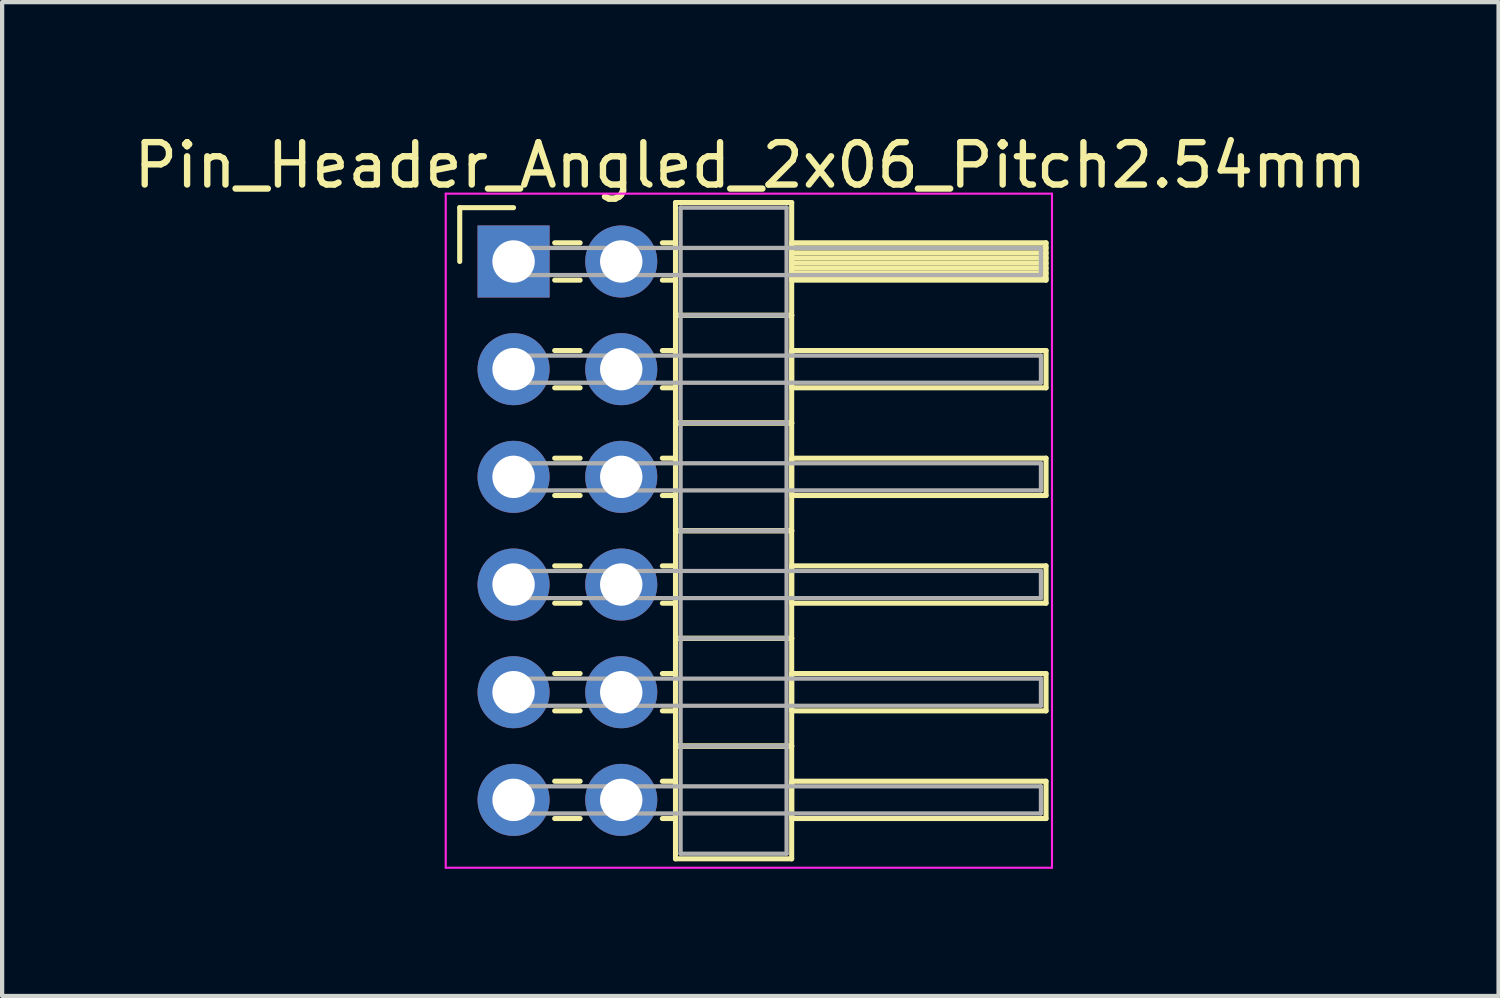
<source format=kicad_pcb>
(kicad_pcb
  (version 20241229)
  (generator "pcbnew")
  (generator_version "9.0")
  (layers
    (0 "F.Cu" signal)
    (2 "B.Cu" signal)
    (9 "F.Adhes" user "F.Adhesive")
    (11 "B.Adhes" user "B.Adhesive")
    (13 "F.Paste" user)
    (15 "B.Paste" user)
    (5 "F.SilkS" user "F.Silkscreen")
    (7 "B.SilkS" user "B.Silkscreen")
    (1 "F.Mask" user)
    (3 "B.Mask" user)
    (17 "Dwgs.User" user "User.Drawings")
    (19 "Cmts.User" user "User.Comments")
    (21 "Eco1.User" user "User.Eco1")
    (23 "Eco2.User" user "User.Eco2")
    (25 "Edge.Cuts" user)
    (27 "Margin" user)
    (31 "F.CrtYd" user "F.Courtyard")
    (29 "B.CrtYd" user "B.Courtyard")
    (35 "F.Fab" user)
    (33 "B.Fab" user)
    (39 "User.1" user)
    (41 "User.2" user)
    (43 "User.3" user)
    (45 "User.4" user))
  (footprint "Pin_Header_Angled_2x06_Pitch2.54mm"
    (layer "F.Cu")
    (at 9.064 3.118)
    (property "Reference" "Pin_Header_Angled_2x06_Pitch2.54mm" (at 5.585 -2.27 0) (layer "F.SilkS") (effects (font (size 1 1) (thickness 0.15))))
    (attr through_hole)
    (fp_line (start -1.27 -1.27) (end 0 -1.27) (stroke (width 0.12) (type solid)) (layer "F.SilkS"))
    (fp_line (start -1.27 0) (end -1.27 -1.27) (stroke (width 0.12) (type solid)) (layer "F.SilkS"))
    (fp_line (start 0.97 -0.44) (end 1.57 -0.44) (stroke (width 0.12) (type solid)) (layer "F.SilkS"))
    (fp_line (start 0.97 0.44) (end 1.57 0.44) (stroke (width 0.12) (type solid)) (layer "F.SilkS"))
    (fp_line (start 0.97 2.1) (end 1.57 2.1) (stroke (width 0.12) (type solid)) (layer "F.SilkS"))
    (fp_line (start 0.97 2.98) (end 1.57 2.98) (stroke (width 0.12) (type solid)) (layer "F.SilkS"))
    (fp_line (start 0.97 4.64) (end 1.57 4.64) (stroke (width 0.12) (type solid)) (layer "F.SilkS"))
    (fp_line (start 0.97 5.52) (end 1.57 5.52) (stroke (width 0.12) (type solid)) (layer "F.SilkS"))
    (fp_line (start 0.97 7.18) (end 1.57 7.18) (stroke (width 0.12) (type solid)) (layer "F.SilkS"))
    (fp_line (start 0.97 8.06) (end 1.57 8.06) (stroke (width 0.12) (type solid)) (layer "F.SilkS"))
    (fp_line (start 0.97 9.72) (end 1.57 9.72) (stroke (width 0.12) (type solid)) (layer "F.SilkS"))
    (fp_line (start 0.97 10.6) (end 1.57 10.6) (stroke (width 0.12) (type solid)) (layer "F.SilkS"))
    (fp_line (start 0.97 12.26) (end 1.57 12.26) (stroke (width 0.12) (type solid)) (layer "F.SilkS"))
    (fp_line (start 0.97 13.14) (end 1.57 13.14) (stroke (width 0.12) (type solid)) (layer "F.SilkS"))
    (fp_line (start 3.51 -0.44) (end 3.82 -0.44) (stroke (width 0.12) (type solid)) (layer "F.SilkS"))
    (fp_line (start 3.51 0.44) (end 3.82 0.44) (stroke (width 0.12) (type solid)) (layer "F.SilkS"))
    (fp_line (start 3.51 2.1) (end 3.82 2.1) (stroke (width 0.12) (type solid)) (layer "F.SilkS"))
    (fp_line (start 3.51 2.98) (end 3.82 2.98) (stroke (width 0.12) (type solid)) (layer "F.SilkS"))
    (fp_line (start 3.51 4.64) (end 3.82 4.64) (stroke (width 0.12) (type solid)) (layer "F.SilkS"))
    (fp_line (start 3.51 5.52) (end 3.82 5.52) (stroke (width 0.12) (type solid)) (layer "F.SilkS"))
    (fp_line (start 3.51 7.18) (end 3.82 7.18) (stroke (width 0.12) (type solid)) (layer "F.SilkS"))
    (fp_line (start 3.51 8.06) (end 3.82 8.06) (stroke (width 0.12) (type solid)) (layer "F.SilkS"))
    (fp_line (start 3.51 9.72) (end 3.82 9.72) (stroke (width 0.12) (type solid)) (layer "F.SilkS"))
    (fp_line (start 3.51 10.6) (end 3.82 10.6) (stroke (width 0.12) (type solid)) (layer "F.SilkS"))
    (fp_line (start 3.51 12.26) (end 3.82 12.26) (stroke (width 0.12) (type solid)) (layer "F.SilkS"))
    (fp_line (start 3.51 13.14) (end 3.82 13.14) (stroke (width 0.12) (type solid)) (layer "F.SilkS"))
    (fp_line (start 3.82 -1.39) (end 3.82 1.27) (stroke (width 0.12) (type solid)) (layer "F.SilkS"))
    (fp_line (start 3.82 1.27) (end 3.82 3.81) (stroke (width 0.12) (type solid)) (layer "F.SilkS"))
    (fp_line (start 3.82 1.27) (end 6.56 1.27) (stroke (width 0.12) (type solid)) (layer "F.SilkS"))
    (fp_line (start 3.82 3.81) (end 3.82 6.35) (stroke (width 0.12) (type solid)) (layer "F.SilkS"))
    (fp_line (start 3.82 3.81) (end 6.56 3.81) (stroke (width 0.12) (type solid)) (layer "F.SilkS"))
    (fp_line (start 3.82 6.35) (end 3.82 8.89) (stroke (width 0.12) (type solid)) (layer "F.SilkS"))
    (fp_line (start 3.82 6.35) (end 6.56 6.35) (stroke (width 0.12) (type solid)) (layer "F.SilkS"))
    (fp_line (start 3.82 8.89) (end 3.82 11.43) (stroke (width 0.12) (type solid)) (layer "F.SilkS"))
    (fp_line (start 3.82 8.89) (end 6.56 8.89) (stroke (width 0.12) (type solid)) (layer "F.SilkS"))
    (fp_line (start 3.82 11.43) (end 3.82 14.09) (stroke (width 0.12) (type solid)) (layer "F.SilkS"))
    (fp_line (start 3.82 11.43) (end 6.56 11.43) (stroke (width 0.12) (type solid)) (layer "F.SilkS"))
    (fp_line (start 3.82 14.09) (end 6.56 14.09) (stroke (width 0.12) (type solid)) (layer "F.SilkS"))
    (fp_line (start 6.56 -1.39) (end 3.82 -1.39) (stroke (width 0.12) (type solid)) (layer "F.SilkS"))
    (fp_line (start 6.56 -0.44) (end 6.56 0.44) (stroke (width 0.12) (type solid)) (layer "F.SilkS"))
    (fp_line (start 6.56 -0.32) (end 12.56 -0.32) (stroke (width 0.12) (type solid)) (layer "F.SilkS"))
    (fp_line (start 6.56 -0.2) (end 12.56 -0.2) (stroke (width 0.12) (type solid)) (layer "F.SilkS"))
    (fp_line (start 6.56 -0.08) (end 12.56 -0.08) (stroke (width 0.12) (type solid)) (layer "F.SilkS"))
    (fp_line (start 6.56 0.04) (end 12.56 0.04) (stroke (width 0.12) (type solid)) (layer "F.SilkS"))
    (fp_line (start 6.56 0.16) (end 12.56 0.16) (stroke (width 0.12) (type solid)) (layer "F.SilkS"))
    (fp_line (start 6.56 0.28) (end 12.56 0.28) (stroke (width 0.12) (type solid)) (layer "F.SilkS"))
    (fp_line (start 6.56 0.4) (end 12.56 0.4) (stroke (width 0.12) (type solid)) (layer "F.SilkS"))
    (fp_line (start 6.56 0.44) (end 12.56 0.44) (stroke (width 0.12) (type solid)) (layer "F.SilkS"))
    (fp_line (start 6.56 1.27) (end 3.82 1.27) (stroke (width 0.12) (type solid)) (layer "F.SilkS"))
    (fp_line (start 6.56 1.27) (end 6.56 -1.39) (stroke (width 0.12) (type solid)) (layer "F.SilkS"))
    (fp_line (start 6.56 2.1) (end 6.56 2.98) (stroke (width 0.12) (type solid)) (layer "F.SilkS"))
    (fp_line (start 6.56 2.98) (end 12.56 2.98) (stroke (width 0.12) (type solid)) (layer "F.SilkS"))
    (fp_line (start 6.56 3.81) (end 3.82 3.81) (stroke (width 0.12) (type solid)) (layer "F.SilkS"))
    (fp_line (start 6.56 3.81) (end 6.56 1.27) (stroke (width 0.12) (type solid)) (layer "F.SilkS"))
    (fp_line (start 6.56 4.64) (end 6.56 5.52) (stroke (width 0.12) (type solid)) (layer "F.SilkS"))
    (fp_line (start 6.56 5.52) (end 12.56 5.52) (stroke (width 0.12) (type solid)) (layer "F.SilkS"))
    (fp_line (start 6.56 6.35) (end 3.82 6.35) (stroke (width 0.12) (type solid)) (layer "F.SilkS"))
    (fp_line (start 6.56 6.35) (end 6.56 3.81) (stroke (width 0.12) (type solid)) (layer "F.SilkS"))
    (fp_line (start 6.56 7.18) (end 6.56 8.06) (stroke (width 0.12) (type solid)) (layer "F.SilkS"))
    (fp_line (start 6.56 8.06) (end 12.56 8.06) (stroke (width 0.12) (type solid)) (layer "F.SilkS"))
    (fp_line (start 6.56 8.89) (end 3.82 8.89) (stroke (width 0.12) (type solid)) (layer "F.SilkS"))
    (fp_line (start 6.56 8.89) (end 6.56 6.35) (stroke (width 0.12) (type solid)) (layer "F.SilkS"))
    (fp_line (start 6.56 9.72) (end 6.56 10.6) (stroke (width 0.12) (type solid)) (layer "F.SilkS"))
    (fp_line (start 6.56 10.6) (end 12.56 10.6) (stroke (width 0.12) (type solid)) (layer "F.SilkS"))
    (fp_line (start 6.56 11.43) (end 3.82 11.43) (stroke (width 0.12) (type solid)) (layer "F.SilkS"))
    (fp_line (start 6.56 11.43) (end 6.56 8.89) (stroke (width 0.12) (type solid)) (layer "F.SilkS"))
    (fp_line (start 6.56 12.26) (end 6.56 13.14) (stroke (width 0.12) (type solid)) (layer "F.SilkS"))
    (fp_line (start 6.56 13.14) (end 12.56 13.14) (stroke (width 0.12) (type solid)) (layer "F.SilkS"))
    (fp_line (start 6.56 14.09) (end 6.56 11.43) (stroke (width 0.12) (type solid)) (layer "F.SilkS"))
    (fp_line (start 12.56 -0.44) (end 6.56 -0.44) (stroke (width 0.12) (type solid)) (layer "F.SilkS"))
    (fp_line (start 12.56 0.44) (end 12.56 -0.44) (stroke (width 0.12) (type solid)) (layer "F.SilkS"))
    (fp_line (start 12.56 2.1) (end 6.56 2.1) (stroke (width 0.12) (type solid)) (layer "F.SilkS"))
    (fp_line (start 12.56 2.98) (end 12.56 2.1) (stroke (width 0.12) (type solid)) (layer "F.SilkS"))
    (fp_line (start 12.56 4.64) (end 6.56 4.64) (stroke (width 0.12) (type solid)) (layer "F.SilkS"))
    (fp_line (start 12.56 5.52) (end 12.56 4.64) (stroke (width 0.12) (type solid)) (layer "F.SilkS"))
    (fp_line (start 12.56 7.18) (end 6.56 7.18) (stroke (width 0.12) (type solid)) (layer "F.SilkS"))
    (fp_line (start 12.56 8.06) (end 12.56 7.18) (stroke (width 0.12) (type solid)) (layer "F.SilkS"))
    (fp_line (start 12.56 9.72) (end 6.56 9.72) (stroke (width 0.12) (type solid)) (layer "F.SilkS"))
    (fp_line (start 12.56 10.6) (end 12.56 9.72) (stroke (width 0.12) (type solid)) (layer "F.SilkS"))
    (fp_line (start 12.56 12.26) (end 6.56 12.26) (stroke (width 0.12) (type solid)) (layer "F.SilkS"))
    (fp_line (start 12.56 13.14) (end 12.56 12.26) (stroke (width 0.12) (type solid)) (layer "F.SilkS"))
    (fp_line (start -1.6 -1.6) (end -1.6 14.3) (stroke (width 0.05) (type solid)) (layer "F.CrtYd"))
    (fp_line (start -1.6 14.3) (end 12.7 14.3) (stroke (width 0.05) (type solid)) (layer "F.CrtYd"))
    (fp_line (start 12.7 -1.6) (end -1.6 -1.6) (stroke (width 0.05) (type solid)) (layer "F.CrtYd"))
    (fp_line (start 12.7 14.3) (end 12.7 -1.6) (stroke (width 0.05) (type solid)) (layer "F.CrtYd"))
    (fp_line (start 0 -0.32) (end 0 0.32) (stroke (width 0.1) (type solid)) (layer "F.Fab"))
    (fp_line (start 0 0.32) (end 12.44 0.32) (stroke (width 0.1) (type solid)) (layer "F.Fab"))
    (fp_line (start 0 2.22) (end 0 2.86) (stroke (width 0.1) (type solid)) (layer "F.Fab"))
    (fp_line (start 0 2.86) (end 12.44 2.86) (stroke (width 0.1) (type solid)) (layer "F.Fab"))
    (fp_line (start 0 4.76) (end 0 5.4) (stroke (width 0.1) (type solid)) (layer "F.Fab"))
    (fp_line (start 0 5.4) (end 12.44 5.4) (stroke (width 0.1) (type solid)) (layer "F.Fab"))
    (fp_line (start 0 7.3) (end 0 7.94) (stroke (width 0.1) (type solid)) (layer "F.Fab"))
    (fp_line (start 0 7.94) (end 12.44 7.94) (stroke (width 0.1) (type solid)) (layer "F.Fab"))
    (fp_line (start 0 9.84) (end 0 10.48) (stroke (width 0.1) (type solid)) (layer "F.Fab"))
    (fp_line (start 0 10.48) (end 12.44 10.48) (stroke (width 0.1) (type solid)) (layer "F.Fab"))
    (fp_line (start 0 12.38) (end 0 13.02) (stroke (width 0.1) (type solid)) (layer "F.Fab"))
    (fp_line (start 0 13.02) (end 12.44 13.02) (stroke (width 0.1) (type solid)) (layer "F.Fab"))
    (fp_line (start 3.94 -1.27) (end 3.94 1.27) (stroke (width 0.1) (type solid)) (layer "F.Fab"))
    (fp_line (start 3.94 1.27) (end 3.94 3.81) (stroke (width 0.1) (type solid)) (layer "F.Fab"))
    (fp_line (start 3.94 1.27) (end 6.44 1.27) (stroke (width 0.1) (type solid)) (layer "F.Fab"))
    (fp_line (start 3.94 3.81) (end 3.94 6.35) (stroke (width 0.1) (type solid)) (layer "F.Fab"))
    (fp_line (start 3.94 3.81) (end 6.44 3.81) (stroke (width 0.1) (type solid)) (layer "F.Fab"))
    (fp_line (start 3.94 6.35) (end 3.94 8.89) (stroke (width 0.1) (type solid)) (layer "F.Fab"))
    (fp_line (start 3.94 6.35) (end 6.44 6.35) (stroke (width 0.1) (type solid)) (layer "F.Fab"))
    (fp_line (start 3.94 8.89) (end 3.94 11.43) (stroke (width 0.1) (type solid)) (layer "F.Fab"))
    (fp_line (start 3.94 8.89) (end 6.44 8.89) (stroke (width 0.1) (type solid)) (layer "F.Fab"))
    (fp_line (start 3.94 11.43) (end 3.94 13.97) (stroke (width 0.1) (type solid)) (layer "F.Fab"))
    (fp_line (start 3.94 11.43) (end 6.44 11.43) (stroke (width 0.1) (type solid)) (layer "F.Fab"))
    (fp_line (start 3.94 13.97) (end 6.44 13.97) (stroke (width 0.1) (type solid)) (layer "F.Fab"))
    (fp_line (start 6.44 -1.27) (end 3.94 -1.27) (stroke (width 0.1) (type solid)) (layer "F.Fab"))
    (fp_line (start 6.44 1.27) (end 3.94 1.27) (stroke (width 0.1) (type solid)) (layer "F.Fab"))
    (fp_line (start 6.44 1.27) (end 6.44 -1.27) (stroke (width 0.1) (type solid)) (layer "F.Fab"))
    (fp_line (start 6.44 3.81) (end 3.94 3.81) (stroke (width 0.1) (type solid)) (layer "F.Fab"))
    (fp_line (start 6.44 3.81) (end 6.44 1.27) (stroke (width 0.1) (type solid)) (layer "F.Fab"))
    (fp_line (start 6.44 6.35) (end 3.94 6.35) (stroke (width 0.1) (type solid)) (layer "F.Fab"))
    (fp_line (start 6.44 6.35) (end 6.44 3.81) (stroke (width 0.1) (type solid)) (layer "F.Fab"))
    (fp_line (start 6.44 8.89) (end 3.94 8.89) (stroke (width 0.1) (type solid)) (layer "F.Fab"))
    (fp_line (start 6.44 8.89) (end 6.44 6.35) (stroke (width 0.1) (type solid)) (layer "F.Fab"))
    (fp_line (start 6.44 11.43) (end 3.94 11.43) (stroke (width 0.1) (type solid)) (layer "F.Fab"))
    (fp_line (start 6.44 11.43) (end 6.44 8.89) (stroke (width 0.1) (type solid)) (layer "F.Fab"))
    (fp_line (start 6.44 13.97) (end 6.44 11.43) (stroke (width 0.1) (type solid)) (layer "F.Fab"))
    (fp_line (start 12.44 -0.32) (end 0 -0.32) (stroke (width 0.1) (type solid)) (layer "F.Fab"))
    (fp_line (start 12.44 0.32) (end 12.44 -0.32) (stroke (width 0.1) (type solid)) (layer "F.Fab"))
    (fp_line (start 12.44 2.22) (end 0 2.22) (stroke (width 0.1) (type solid)) (layer "F.Fab"))
    (fp_line (start 12.44 2.86) (end 12.44 2.22) (stroke (width 0.1) (type solid)) (layer "F.Fab"))
    (fp_line (start 12.44 4.76) (end 0 4.76) (stroke (width 0.1) (type solid)) (layer "F.Fab"))
    (fp_line (start 12.44 5.4) (end 12.44 4.76) (stroke (width 0.1) (type solid)) (layer "F.Fab"))
    (fp_line (start 12.44 7.3) (end 0 7.3) (stroke (width 0.1) (type solid)) (layer "F.Fab"))
    (fp_line (start 12.44 7.94) (end 12.44 7.3) (stroke (width 0.1) (type solid)) (layer "F.Fab"))
    (fp_line (start 12.44 9.84) (end 0 9.84) (stroke (width 0.1) (type solid)) (layer "F.Fab"))
    (fp_line (start 12.44 10.48) (end 12.44 9.84) (stroke (width 0.1) (type solid)) (layer "F.Fab"))
    (fp_line (start 12.44 12.38) (end 0 12.38) (stroke (width 0.1) (type solid)) (layer "F.Fab"))
    (fp_line (start 12.44 13.02) (end 12.44 12.38) (stroke (width 0.1) (type solid)) (layer "F.Fab"))
    (pad "1" thru_hole rect (at 0 0) (size 1.7 1.7) (drill 1) (layers "*.Cu" "*.Mask"))
    (pad "2" thru_hole oval (at 2.54 0) (size 1.7 1.7) (drill 1) (layers "*.Cu" "*.Mask"))
    (pad "3" thru_hole oval (at 0 2.54) (size 1.7 1.7) (drill 1) (layers "*.Cu" "*.Mask"))
    (pad "4" thru_hole oval (at 2.54 2.54) (size 1.7 1.7) (drill 1) (layers "*.Cu" "*.Mask"))
    (pad "5" thru_hole oval (at 0 5.08) (size 1.7 1.7) (drill 1) (layers "*.Cu" "*.Mask"))
    (pad "6" thru_hole oval (at 2.54 5.08) (size 1.7 1.7) (drill 1) (layers "*.Cu" "*.Mask"))
    (pad "7" thru_hole oval (at 0 7.62) (size 1.7 1.7) (drill 1) (layers "*.Cu" "*.Mask"))
    (pad "8" thru_hole oval (at 2.54 7.62) (size 1.7 1.7) (drill 1) (layers "*.Cu" "*.Mask"))
    (pad "9" thru_hole oval (at 0 10.16) (size 1.7 1.7) (drill 1) (layers "*.Cu" "*.Mask"))
    (pad "10" thru_hole oval (at 2.54 10.16) (size 1.7 1.7) (drill 1) (layers "*.Cu" "*.Mask"))
    (pad "11" thru_hole oval (at 0 12.7) (size 1.7 1.7) (drill 1) (layers "*.Cu" "*.Mask"))
    (pad "12" thru_hole oval (at 2.54 12.7) (size 1.7 1.7) (drill 1) (layers "*.Cu" "*.Mask")))
  (gr_rect
    (start -3 -3)
    (end 32.298 20.443)
    (stroke (width 0.1) (type default))
    (fill no)
    (layer "Edge.Cuts")))
</source>
